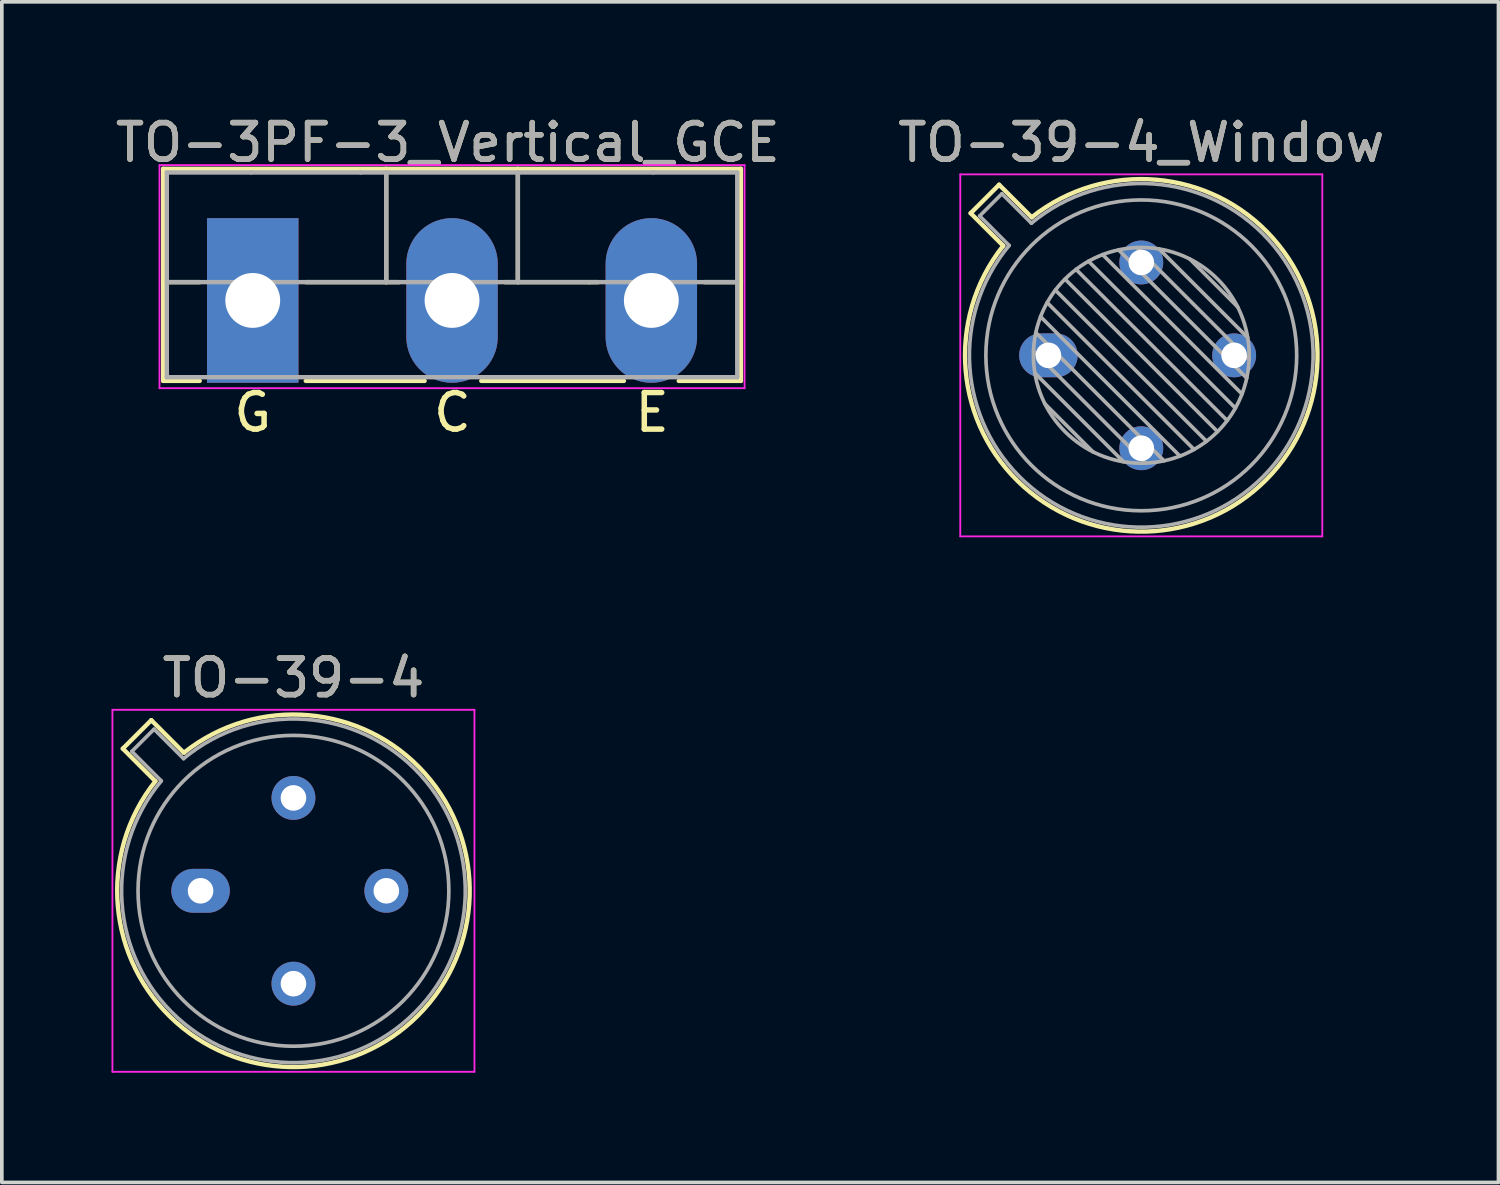
<source format=kicad_pcb>
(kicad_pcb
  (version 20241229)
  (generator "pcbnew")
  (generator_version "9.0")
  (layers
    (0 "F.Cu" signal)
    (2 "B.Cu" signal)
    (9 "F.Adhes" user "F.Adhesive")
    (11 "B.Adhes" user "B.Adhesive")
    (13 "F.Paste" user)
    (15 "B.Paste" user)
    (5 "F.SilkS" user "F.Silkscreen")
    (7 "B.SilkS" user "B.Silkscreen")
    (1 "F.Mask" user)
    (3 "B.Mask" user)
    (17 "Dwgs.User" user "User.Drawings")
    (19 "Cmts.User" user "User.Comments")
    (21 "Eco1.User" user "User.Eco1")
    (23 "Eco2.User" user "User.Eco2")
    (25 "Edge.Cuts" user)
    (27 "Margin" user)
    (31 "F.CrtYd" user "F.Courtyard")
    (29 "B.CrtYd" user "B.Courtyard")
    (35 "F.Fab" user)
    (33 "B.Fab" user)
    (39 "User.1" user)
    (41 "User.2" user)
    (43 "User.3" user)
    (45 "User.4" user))
  (footprint "TO-3PF-3_Vertical_GCE"
    (layer "F.Cu")
    (at 3.862 5.166)
    (property "Reference" "TO-3PF-3_Vertical_GCE" (at 5.334 -4.318 0) (layer "F.SilkS") (effects (font (size 1 1) (thickness 0.15))))
    (fp_line (start -2.45 -3.6) (end -2.45 2.2) (stroke (width 0.12) (type solid)) (layer "F.SilkS"))
    (fp_line (start -2.45 2.2) (end -1.45 2.2) (stroke (width 0.12) (type solid)) (layer "F.SilkS"))
    (fp_line (start -1.45 -0.5) (end -2.45 -0.5) (stroke (width 0.12) (type solid)) (layer "F.SilkS"))
    (fp_line (start 1.45 2.2) (end 4.7 2.2) (stroke (width 0.12) (type solid)) (layer "F.SilkS"))
    (fp_line (start 3.65 -3.6) (end 3.65 -0.5) (stroke (width 0.12) (type solid)) (layer "F.SilkS"))
    (fp_line (start 3.65 -0.5) (end 1.45 -0.5) (stroke (width 0.12) (type solid)) (layer "F.SilkS"))
    (fp_line (start 3.65 -0.5) (end 4 -0.5) (stroke (width 0.12) (type solid)) (layer "F.SilkS"))
    (fp_line (start 6.25 2.2) (end 10.15 2.2) (stroke (width 0.12) (type solid)) (layer "F.SilkS"))
    (fp_line (start 7.25 -0.5) (end 7.25 -3.6) (stroke (width 0.12) (type solid)) (layer "F.SilkS"))
    (fp_line (start 9.2 -0.5) (end 6.9 -0.5) (stroke (width 0.12) (type solid)) (layer "F.SilkS"))
    (fp_line (start 9.45 -0.5) (end 9.2 -0.5) (stroke (width 0.12) (type solid)) (layer "F.SilkS"))
    (fp_line (start 11.65 2.2) (end 13.35 2.2) (stroke (width 0.12) (type solid)) (layer "F.SilkS"))
    (fp_line (start 13.35 -3.6) (end -2.45 -3.6) (stroke (width 0.12) (type solid)) (layer "F.SilkS"))
    (fp_line (start 13.35 -0.5) (end 12.35 -0.5) (stroke (width 0.12) (type solid)) (layer "F.SilkS"))
    (fp_line (start 13.35 2.2) (end 13.35 -3.6) (stroke (width 0.12) (type solid)) (layer "F.SilkS"))
    (fp_line (start -2.55 -3.7) (end -2.55 2.4) (stroke (width 0.05) (type solid)) (layer "F.CrtYd"))
    (fp_line (start -2.55 2.4) (end 13.45 2.4) (stroke (width 0.05) (type solid)) (layer "F.CrtYd"))
    (fp_line (start 13.45 -3.7) (end -2.55 -3.7) (stroke (width 0.05) (type solid)) (layer "F.CrtYd"))
    (fp_line (start 13.45 2.4) (end 13.45 -3.7) (stroke (width 0.05) (type solid)) (layer "F.CrtYd"))
    (fp_line (start -2.35 -3.5) (end -2.35 2.1) (stroke (width 0.12) (type solid)) (layer "F.Fab"))
    (fp_line (start -2.35 2.1) (end 13.25 2.1) (stroke (width 0.12) (type solid)) (layer "F.Fab"))
    (fp_line (start -0.05 -3.5) (end -2.35 -3.5) (stroke (width 0.12) (type solid)) (layer "F.Fab"))
    (fp_line (start 2.95 -3.5) (end -0.05 -3.5) (stroke (width 0.12) (type solid)) (layer "F.Fab"))
    (fp_line (start 3.65 -3.5) (end 3.65 -0.5) (stroke (width 0.12) (type solid)) (layer "F.Fab"))
    (fp_line (start 7.25 -3.5) (end 7.25 -0.5) (stroke (width 0.12) (type solid)) (layer "F.Fab"))
    (fp_line (start 10.85 -0.5) (end -2.35 -0.5) (stroke (width 0.12) (type solid)) (layer "F.Fab"))
    (fp_line (start 10.85 -0.5) (end 13.25 -0.5) (stroke (width 0.12) (type solid)) (layer "F.Fab"))
    (fp_line (start 10.95 -3.5) (end 2.95 -3.5) (stroke (width 0.12) (type solid)) (layer "F.Fab"))
    (fp_line (start 13.25 -3.5) (end 10.95 -3.5) (stroke (width 0.12) (type solid)) (layer "F.Fab"))
    (fp_line (start 13.25 2.1) (end 13.25 -3.5) (stroke (width 0.12) (type solid)) (layer "F.Fab"))
    (fp_text user "C" (at 5.461 3.064 0) (unlocked yes) (layer "F.SilkS") (effects (font (size 1 1) (thickness 0.15))))
    (fp_text user "G" (at 0 3.064 0) (unlocked yes) (layer "F.SilkS") (effects (font (size 1 1) (thickness 0.15))))
    (fp_text user "E" (at 10.922 3.064 0) (unlocked yes) (layer "F.SilkS") (effects (font (size 1 1) (thickness 0.15))))
    (fp_text user "${REFERENCE}" (at 5.334 -4.318 0) (layer "F.Fab") (effects (font (size 1 1) (thickness 0.15))))
    (pad "1" thru_hole rect (at 0 0) (size 2.5 4.5) (drill 1.5) (layers "*.Cu" "*.Mask"))
    (pad "2" thru_hole oval (at 5.45 0) (size 2.5 4.5) (drill 1.5) (layers "*.Cu" "*.Mask"))
    (pad "3" thru_hole oval (at 10.9 0) (size 2.5 4.5) (drill 1.5) (layers "*.Cu" "*.Mask")))
  (footprint "TO-39-4"
    (layer "F.Cu")
    (at 2.435 21.311)
    (property "Reference" "TO-39-4" (at 2.54 -5.82 0) (layer "F.SilkS") (effects (font (size 1 1) (thickness 0.15))))
    (attr through_hole)
    (fp_line (start -2.126 -3.888) (end -1.235 -2.997) (stroke (width 0.12) (type solid)) (layer "F.SilkS"))
    (fp_line (start -1.348 -4.666) (end -2.126 -3.888) (stroke (width 0.12) (type solid)) (layer "F.SilkS"))
    (fp_line (start -0.457 -3.775) (end -1.348 -4.666) (stroke (width 0.12) (type solid)) (layer "F.SilkS"))
    (fp_arc (start -0.457084 -3.774902) (mid 5.948125 3.408384) (end -1.234674 -2.997371) (stroke (width 0.12) (type solid)) (layer "F.SilkS"))
    (fp_line (start -2.41 -4.95) (end -2.41 4.95) (stroke (width 0.05) (type solid)) (layer "F.CrtYd"))
    (fp_line (start -2.41 4.95) (end 7.49 4.95) (stroke (width 0.05) (type solid)) (layer "F.CrtYd"))
    (fp_line (start 7.49 -4.95) (end -2.41 -4.95) (stroke (width 0.05) (type solid)) (layer "F.CrtYd"))
    (fp_line (start 7.49 4.95) (end 7.49 -4.95) (stroke (width 0.05) (type solid)) (layer "F.CrtYd"))
    (fp_line (start -1.88 -3.812) (end -1.074 -3.005) (stroke (width 0.1) (type solid)) (layer "F.Fab"))
    (fp_line (start -1.272 -4.42) (end -1.88 -3.812) (stroke (width 0.1) (type solid)) (layer "F.Fab"))
    (fp_line (start -0.465 -3.614) (end -1.272 -4.42) (stroke (width 0.1) (type solid)) (layer "F.Fab"))
    (fp_arc (start -0.465408 -3.61352) (mid 5.863443 3.323361) (end -1.073594 -3.005319) (stroke (width 0.1) (type solid)) (layer "F.Fab"))
    (fp_circle (center 2.54 0) (end 6.79 0) (stroke (width 0.1) (type solid)) (fill no) (layer "F.Fab"))
    (fp_text user "${REFERENCE}" (at 2.54 -5.82 0) (layer "F.Fab") (effects (font (size 1 1) (thickness 0.15))))
    (pad "1" thru_hole oval (at 0 0) (size 1.6 1.2) (drill 0.7) (layers "*.Cu" "*.Mask"))
    (pad "2" thru_hole oval (at 2.54 2.54) (size 1.2 1.2) (drill 0.7) (layers "*.Cu" "*.Mask"))
    (pad "3" thru_hole oval (at 5.08 0) (size 1.2 1.2) (drill 0.7) (layers "*.Cu" "*.Mask"))
    (pad "4" thru_hole oval (at 2.54 -2.54) (size 1.2 1.2) (drill 0.7) (layers "*.Cu" "*.Mask")))
  (footprint "TO-39-4_Window"
    (layer "F.Cu")
    (at 25.621 6.668)
    (property "Reference" "TO-39-4_Window" (at 2.54 -5.82 0) (layer "F.SilkS") (effects (font (size 1 1) (thickness 0.15))))
    (attr through_hole)
    (fp_line (start -2.126 -3.888) (end -1.235 -2.997) (stroke (width 0.12) (type solid)) (layer "F.SilkS"))
    (fp_line (start -1.348 -4.666) (end -2.126 -3.888) (stroke (width 0.12) (type solid)) (layer "F.SilkS"))
    (fp_line (start -0.457 -3.775) (end -1.348 -4.666) (stroke (width 0.12) (type solid)) (layer "F.SilkS"))
    (fp_arc (start -0.457084 -3.774902) (mid 5.948125 3.408384) (end -1.234674 -2.997371) (stroke (width 0.12) (type solid)) (layer "F.SilkS"))
    (fp_line (start -2.41 -4.95) (end -2.41 4.95) (stroke (width 0.05) (type solid)) (layer "F.CrtYd"))
    (fp_line (start -2.41 4.95) (end 7.49 4.95) (stroke (width 0.05) (type solid)) (layer "F.CrtYd"))
    (fp_line (start 7.49 -4.95) (end -2.41 -4.95) (stroke (width 0.05) (type solid)) (layer "F.CrtYd"))
    (fp_line (start 7.49 4.95) (end 7.49 -4.95) (stroke (width 0.05) (type solid)) (layer "F.CrtYd"))
    (fp_line (start -1.88 -3.812) (end -1.074 -3.005) (stroke (width 0.1) (type solid)) (layer "F.Fab"))
    (fp_line (start -1.272 -4.42) (end -1.88 -3.812) (stroke (width 0.1) (type solid)) (layer "F.Fab"))
    (fp_line (start -0.465 -3.614) (end -1.272 -4.42) (stroke (width 0.1) (type solid)) (layer "F.Fab"))
    (fp_line (start -0.408 -0.12) (end 2.66 2.948) (stroke (width 0.1) (type solid)) (layer "F.Fab"))
    (fp_line (start -0.371 0.485) (end 2.055 2.911) (stroke (width 0.1) (type solid)) (layer "F.Fab"))
    (fp_line (start -0.344 -0.622) (end 3.162 2.884) (stroke (width 0.1) (type solid)) (layer "F.Fab"))
    (fp_line (start -0.215 -1.058) (end 3.598 2.755) (stroke (width 0.1) (type solid)) (layer "F.Fab"))
    (fp_line (start -0.097 1.324) (end 1.216 2.637) (stroke (width 0.1) (type solid)) (layer "F.Fab"))
    (fp_line (start -0.034 -1.443) (end 3.983 2.574) (stroke (width 0.1) (type solid)) (layer "F.Fab"))
    (fp_line (start 0.19 -1.784) (end 4.324 2.35) (stroke (width 0.1) (type solid)) (layer "F.Fab"))
    (fp_line (start 0.454 -2.086) (end 4.626 2.086) (stroke (width 0.1) (type solid)) (layer "F.Fab"))
    (fp_line (start 0.756 -2.35) (end 4.89 1.784) (stroke (width 0.1) (type solid)) (layer "F.Fab"))
    (fp_line (start 1.097 -2.574) (end 5.114 1.443) (stroke (width 0.1) (type solid)) (layer "F.Fab"))
    (fp_line (start 1.482 -2.755) (end 5.295 1.058) (stroke (width 0.1) (type solid)) (layer "F.Fab"))
    (fp_line (start 1.918 -2.884) (end 5.424 0.622) (stroke (width 0.1) (type solid)) (layer "F.Fab"))
    (fp_line (start 2.42 -2.948) (end 5.488 0.12) (stroke (width 0.1) (type solid)) (layer "F.Fab"))
    (fp_line (start 3.025 -2.911) (end 5.451 -0.485) (stroke (width 0.1) (type solid)) (layer "F.Fab"))
    (fp_line (start 3.864 -2.637) (end 5.177 -1.324) (stroke (width 0.1) (type solid)) (layer "F.Fab"))
    (fp_arc (start -0.465408 -3.61352) (mid 5.863443 3.323361) (end -1.073594 -3.005319) (stroke (width 0.1) (type solid)) (layer "F.Fab"))
    (fp_circle (center 2.54 0) (end 5.49 0) (stroke (width 0.1) (type solid)) (fill no) (layer "F.Fab"))
    (fp_circle (center 2.54 0) (end 6.79 0) (stroke (width 0.1) (type solid)) (fill no) (layer "F.Fab"))
    (fp_text user "${REFERENCE}" (at 2.54 -5.82 0) (layer "F.Fab") (effects (font (size 1 1) (thickness 0.15))))
    (pad "1" thru_hole oval (at 0 0) (size 1.6 1.2) (drill 0.7) (layers "*.Cu" "*.Mask"))
    (pad "2" thru_hole oval (at 2.54 2.54) (size 1.2 1.2) (drill 0.7) (layers "*.Cu" "*.Mask"))
    (pad "3" thru_hole oval (at 5.08 0) (size 1.2 1.2) (drill 0.7) (layers "*.Cu" "*.Mask"))
    (pad "4" thru_hole oval (at 2.54 -2.54) (size 1.2 1.2) (drill 0.7) (layers "*.Cu" "*.Mask")))
  (gr_rect
    (start -3 -3)
    (end 37.929 29.287)
    (stroke (width 0.1) (type default))
    (fill no)
    (layer "Edge.Cuts")))
</source>
